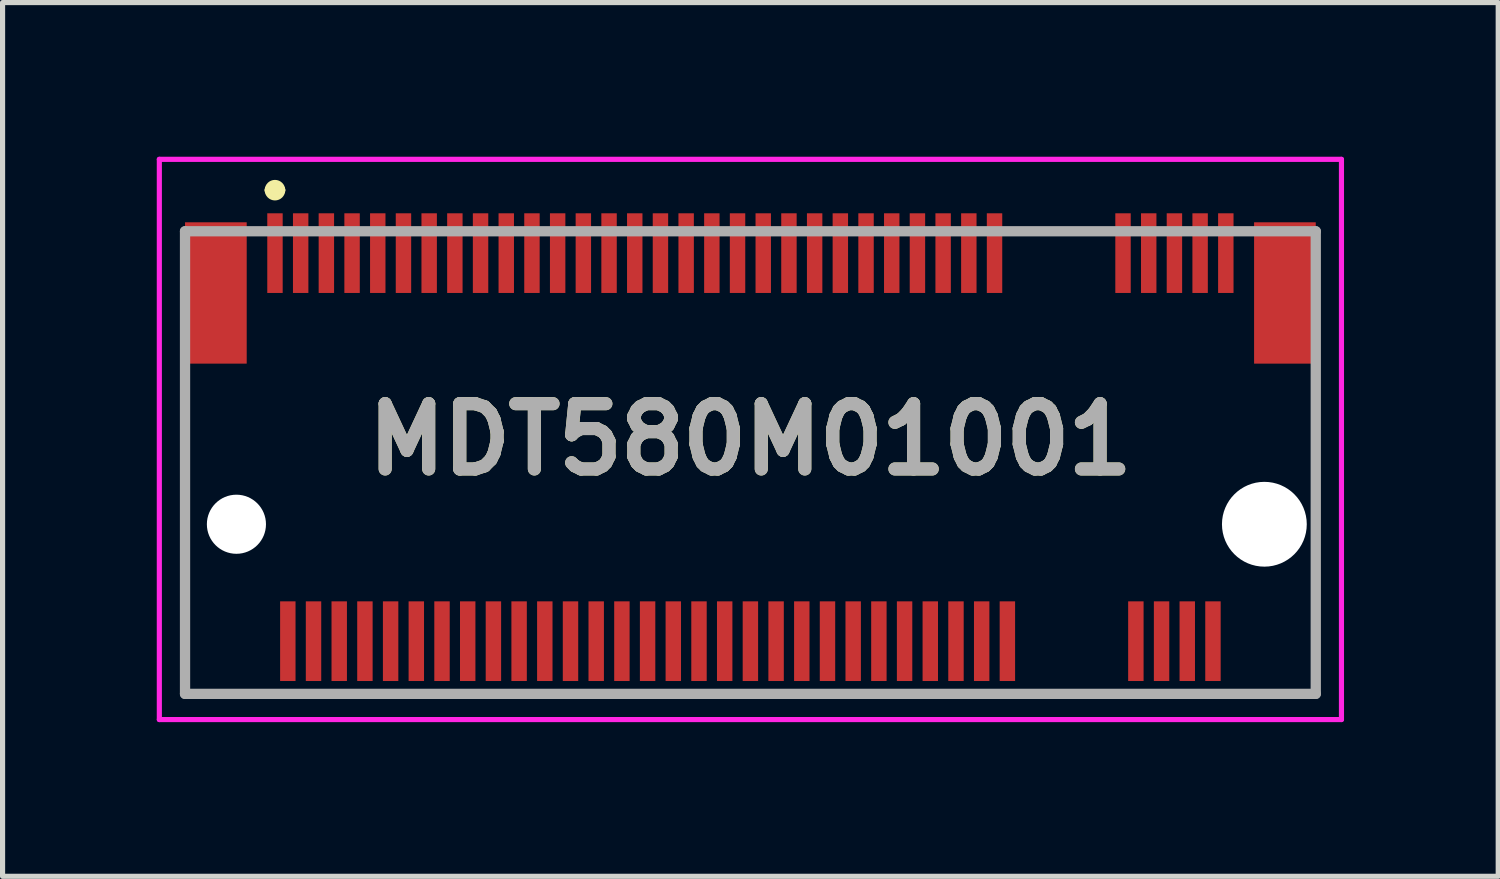
<source format=kicad_pcb>
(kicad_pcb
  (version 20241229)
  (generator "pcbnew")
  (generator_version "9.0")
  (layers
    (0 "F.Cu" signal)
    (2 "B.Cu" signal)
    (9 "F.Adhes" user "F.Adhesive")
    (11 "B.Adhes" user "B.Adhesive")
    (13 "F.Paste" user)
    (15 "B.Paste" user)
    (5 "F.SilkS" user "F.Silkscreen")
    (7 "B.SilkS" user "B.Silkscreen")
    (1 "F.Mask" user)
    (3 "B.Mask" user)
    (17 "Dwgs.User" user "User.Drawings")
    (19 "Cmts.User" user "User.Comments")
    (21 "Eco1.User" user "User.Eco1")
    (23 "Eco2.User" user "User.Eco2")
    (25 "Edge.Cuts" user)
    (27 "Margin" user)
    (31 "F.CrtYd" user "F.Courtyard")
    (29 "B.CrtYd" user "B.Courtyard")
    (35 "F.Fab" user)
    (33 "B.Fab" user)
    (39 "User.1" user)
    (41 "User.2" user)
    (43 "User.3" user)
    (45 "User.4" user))
  (footprint "MDT580M01001"
    (layer "F.Cu")
    (at 11.55 5.5)
    (property "Reference" "MDT580M01001" (at 0 0 0) (layer "F.SilkS") (effects (font (size 1.27 1.27) (thickness 0.254))))
    (attr through_hole)
    (fp_line (start -11 -1) (end -11 4.95) (stroke (width 0.1) (type solid)) (layer "F.SilkS"))
    (fp_line (start -11 4.95) (end -10 4.95) (stroke (width 0.1) (type solid)) (layer "F.SilkS"))
    (fp_line (start -9.35 -4.85) (end -9.35 -4.85) (stroke (width 0.2) (type solid)) (layer "F.SilkS"))
    (fp_line (start -9.15 -4.85) (end -9.15 -4.85) (stroke (width 0.2) (type solid)) (layer "F.SilkS"))
    (fp_line (start 5.5 -4.05) (end 6.5 -4.05) (stroke (width 0.1) (type solid)) (layer "F.SilkS"))
    (fp_line (start 5.5 4.95) (end 7 4.95) (stroke (width 0.1) (type solid)) (layer "F.SilkS"))
    (fp_line (start 10 4.95) (end 11 4.95) (stroke (width 0.1) (type solid)) (layer "F.SilkS"))
    (fp_line (start 11 -1) (end 11 0.5) (stroke (width 0.1) (type solid)) (layer "F.SilkS"))
    (fp_line (start 11 4.95) (end 11 3) (stroke (width 0.1) (type solid)) (layer "F.SilkS"))
    (fp_arc (start -9.35 -4.85) (mid -9.25 -4.95) (end -9.15 -4.85) (stroke (width 0.2) (type solid)) (layer "F.SilkS"))
    (fp_arc (start -9.15 -4.85) (mid -9.25 -4.75) (end -9.35 -4.85) (stroke (width 0.2) (type solid)) (layer "F.SilkS"))
    (fp_line (start -11.5 -5.45) (end 11.5 -5.45) (stroke (width 0.1) (type solid)) (layer "F.CrtYd"))
    (fp_line (start -11.5 5.45) (end -11.5 -5.45) (stroke (width 0.1) (type solid)) (layer "F.CrtYd"))
    (fp_line (start 11.5 -5.45) (end 11.5 5.45) (stroke (width 0.1) (type solid)) (layer "F.CrtYd"))
    (fp_line (start 11.5 5.45) (end -11.5 5.45) (stroke (width 0.1) (type solid)) (layer "F.CrtYd"))
    (fp_line (start -11 -4.05) (end 11 -4.05) (stroke (width 0.2) (type solid)) (layer "F.Fab"))
    (fp_line (start -11 4.95) (end -11 -4.05) (stroke (width 0.2) (type solid)) (layer "F.Fab"))
    (fp_line (start 11 -4.05) (end 11 4.95) (stroke (width 0.2) (type solid)) (layer "F.Fab"))
    (fp_line (start 11 4.95) (end -11 4.95) (stroke (width 0.2) (type solid)) (layer "F.Fab"))
    (fp_text user "${REFERENCE}" (at 0 0 0) (layer "F.Fab") (effects (font (size 1.27 1.27) (thickness 0.254))))
    (pad "" np_thru_hole circle (at -10 1.65) (size 1.15 1.15) (drill 1.15) (layers "*.Cu" "*.Mask"))
    (pad "" np_thru_hole circle (at 10 1.65) (size 1.65 1.65) (drill 1.65) (layers "*.Cu" "*.Mask"))
    (pad "1" smd rect (at -9.25 -3.625) (size 0.3 1.55) (layers "F.Cu" "F.Mask" "F.Paste"))
    (pad "2" smd rect (at -9 3.925) (size 0.3 1.55) (layers "F.Cu" "F.Mask" "F.Paste"))
    (pad "3" smd rect (at -8.75 -3.625) (size 0.3 1.55) (layers "F.Cu" "F.Mask" "F.Paste"))
    (pad "4" smd rect (at -8.5 3.925) (size 0.3 1.55) (layers "F.Cu" "F.Mask" "F.Paste"))
    (pad "5" smd rect (at -8.25 -3.625) (size 0.3 1.55) (layers "F.Cu" "F.Mask" "F.Paste"))
    (pad "6" smd rect (at -8 3.925) (size 0.3 1.55) (layers "F.Cu" "F.Mask" "F.Paste"))
    (pad "7" smd rect (at -7.75 -3.625) (size 0.3 1.55) (layers "F.Cu" "F.Mask" "F.Paste"))
    (pad "8" smd rect (at -7.5 3.925) (size 0.3 1.55) (layers "F.Cu" "F.Mask" "F.Paste"))
    (pad "9" smd rect (at -7.25 -3.625) (size 0.3 1.55) (layers "F.Cu" "F.Mask" "F.Paste"))
    (pad "10" smd rect (at -7 3.925) (size 0.3 1.55) (layers "F.Cu" "F.Mask" "F.Paste"))
    (pad "11" smd rect (at -6.75 -3.625) (size 0.3 1.55) (layers "F.Cu" "F.Mask" "F.Paste"))
    (pad "12" smd rect (at -6.5 3.925) (size 0.3 1.55) (layers "F.Cu" "F.Mask" "F.Paste"))
    (pad "13" smd rect (at -6.25 -3.625) (size 0.3 1.55) (layers "F.Cu" "F.Mask" "F.Paste"))
    (pad "14" smd rect (at -6 3.925) (size 0.3 1.55) (layers "F.Cu" "F.Mask" "F.Paste"))
    (pad "15" smd rect (at -5.75 -3.625) (size 0.3 1.55) (layers "F.Cu" "F.Mask" "F.Paste"))
    (pad "16" smd rect (at -5.5 3.925) (size 0.3 1.55) (layers "F.Cu" "F.Mask" "F.Paste"))
    (pad "17" smd rect (at -5.25 -3.625) (size 0.3 1.55) (layers "F.Cu" "F.Mask" "F.Paste"))
    (pad "18" smd rect (at -5 3.925) (size 0.3 1.55) (layers "F.Cu" "F.Mask" "F.Paste"))
    (pad "19" smd rect (at -4.75 -3.625) (size 0.3 1.55) (layers "F.Cu" "F.Mask" "F.Paste"))
    (pad "20" smd rect (at -4.5 3.925) (size 0.3 1.55) (layers "F.Cu" "F.Mask" "F.Paste"))
    (pad "21" smd rect (at -4.25 -3.625) (size 0.3 1.55) (layers "F.Cu" "F.Mask" "F.Paste"))
    (pad "22" smd rect (at -4 3.925) (size 0.3 1.55) (layers "F.Cu" "F.Mask" "F.Paste"))
    (pad "23" smd rect (at -3.75 -3.625) (size 0.3 1.55) (layers "F.Cu" "F.Mask" "F.Paste"))
    (pad "24" smd rect (at -3.5 3.925) (size 0.3 1.55) (layers "F.Cu" "F.Mask" "F.Paste"))
    (pad "25" smd rect (at -3.25 -3.625) (size 0.3 1.55) (layers "F.Cu" "F.Mask" "F.Paste"))
    (pad "26" smd rect (at -3 3.925) (size 0.3 1.55) (layers "F.Cu" "F.Mask" "F.Paste"))
    (pad "27" smd rect (at -2.75 -3.625) (size 0.3 1.55) (layers "F.Cu" "F.Mask" "F.Paste"))
    (pad "28" smd rect (at -2.5 3.925) (size 0.3 1.55) (layers "F.Cu" "F.Mask" "F.Paste"))
    (pad "29" smd rect (at -2.25 -3.625) (size 0.3 1.55) (layers "F.Cu" "F.Mask" "F.Paste"))
    (pad "30" smd rect (at -2 3.925) (size 0.3 1.55) (layers "F.Cu" "F.Mask" "F.Paste"))
    (pad "31" smd rect (at -1.75 -3.625) (size 0.3 1.55) (layers "F.Cu" "F.Mask" "F.Paste"))
    (pad "32" smd rect (at -1.5 3.925) (size 0.3 1.55) (layers "F.Cu" "F.Mask" "F.Paste"))
    (pad "33" smd rect (at -1.25 -3.625) (size 0.3 1.55) (layers "F.Cu" "F.Mask" "F.Paste"))
    (pad "34" smd rect (at -1 3.925) (size 0.3 1.55) (layers "F.Cu" "F.Mask" "F.Paste"))
    (pad "35" smd rect (at -0.75 -3.625) (size 0.3 1.55) (layers "F.Cu" "F.Mask" "F.Paste"))
    (pad "36" smd rect (at -0.5 3.925) (size 0.3 1.55) (layers "F.Cu" "F.Mask" "F.Paste"))
    (pad "37" smd rect (at -0.25 -3.625) (size 0.3 1.55) (layers "F.Cu" "F.Mask" "F.Paste"))
    (pad "38" smd rect (at 0 3.925) (size 0.3 1.55) (layers "F.Cu" "F.Mask" "F.Paste"))
    (pad "39" smd rect (at 0.25 -3.625) (size 0.3 1.55) (layers "F.Cu" "F.Mask" "F.Paste"))
    (pad "40" smd rect (at 0.5 3.925) (size 0.3 1.55) (layers "F.Cu" "F.Mask" "F.Paste"))
    (pad "41" smd rect (at 0.75 -3.625) (size 0.3 1.55) (layers "F.Cu" "F.Mask" "F.Paste"))
    (pad "42" smd rect (at 1 3.925) (size 0.3 1.55) (layers "F.Cu" "F.Mask" "F.Paste"))
    (pad "43" smd rect (at 1.25 -3.625) (size 0.3 1.55) (layers "F.Cu" "F.Mask" "F.Paste"))
    (pad "44" smd rect (at 1.5 3.925) (size 0.3 1.55) (layers "F.Cu" "F.Mask" "F.Paste"))
    (pad "45" smd rect (at 1.75 -3.625) (size 0.3 1.55) (layers "F.Cu" "F.Mask" "F.Paste"))
    (pad "46" smd rect (at 2 3.925) (size 0.3 1.55) (layers "F.Cu" "F.Mask" "F.Paste"))
    (pad "47" smd rect (at 2.25 -3.625) (size 0.3 1.55) (layers "F.Cu" "F.Mask" "F.Paste"))
    (pad "48" smd rect (at 2.5 3.925) (size 0.3 1.55) (layers "F.Cu" "F.Mask" "F.Paste"))
    (pad "49" smd rect (at 2.75 -3.625) (size 0.3 1.55) (layers "F.Cu" "F.Mask" "F.Paste"))
    (pad "50" smd rect (at 3 3.925) (size 0.3 1.55) (layers "F.Cu" "F.Mask" "F.Paste"))
    (pad "51" smd rect (at 3.25 -3.625) (size 0.3 1.55) (layers "F.Cu" "F.Mask" "F.Paste"))
    (pad "52" smd rect (at 3.5 3.925) (size 0.3 1.55) (layers "F.Cu" "F.Mask" "F.Paste"))
    (pad "53" smd rect (at 3.75 -3.625) (size 0.3 1.55) (layers "F.Cu" "F.Mask" "F.Paste"))
    (pad "54" smd rect (at 4 3.925) (size 0.3 1.55) (layers "F.Cu" "F.Mask" "F.Paste"))
    (pad "55" smd rect (at 4.25 -3.625) (size 0.3 1.55) (layers "F.Cu" "F.Mask" "F.Paste"))
    (pad "56" smd rect (at 4.5 3.925) (size 0.3 1.55) (layers "F.Cu" "F.Mask" "F.Paste"))
    (pad "57" smd rect (at 4.75 -3.625) (size 0.3 1.55) (layers "F.Cu" "F.Mask" "F.Paste"))
    (pad "58" smd rect (at 5 3.925) (size 0.3 1.55) (layers "F.Cu" "F.Mask" "F.Paste"))
    (pad "67" smd rect (at 7.25 -3.625) (size 0.3 1.55) (layers "F.Cu" "F.Mask" "F.Paste"))
    (pad "68" smd rect (at 7.5 3.925) (size 0.3 1.55) (layers "F.Cu" "F.Mask" "F.Paste"))
    (pad "69" smd rect (at 7.75 -3.625) (size 0.3 1.55) (layers "F.Cu" "F.Mask" "F.Paste"))
    (pad "70" smd rect (at 8 3.925) (size 0.3 1.55) (layers "F.Cu" "F.Mask" "F.Paste"))
    (pad "71" smd rect (at 8.25 -3.625) (size 0.3 1.55) (layers "F.Cu" "F.Mask" "F.Paste"))
    (pad "72" smd rect (at 8.5 3.925) (size 0.3 1.55) (layers "F.Cu" "F.Mask" "F.Paste"))
    (pad "73" smd rect (at 8.75 -3.625) (size 0.3 1.55) (layers "F.Cu" "F.Mask" "F.Paste"))
    (pad "74" smd rect (at 9 3.925) (size 0.3 1.55) (layers "F.Cu" "F.Mask" "F.Paste"))
    (pad "75" smd rect (at 9.25 -3.625) (size 0.3 1.55) (layers "F.Cu" "F.Mask" "F.Paste"))
    (pad "MP1" smd rect (at -10.4 -2.85) (size 1.2 2.75) (layers "F.Cu" "F.Mask" "F.Paste"))
    (pad "MP2" smd rect (at 10.4 -2.85) (size 1.2 2.75) (layers "F.Cu" "F.Mask" "F.Paste")))
  (gr_rect
    (start -3 -3)
    (end 26.1 14)
    (stroke (width 0.1) (type default))
    (fill no)
    (layer "Edge.Cuts")))
</source>
